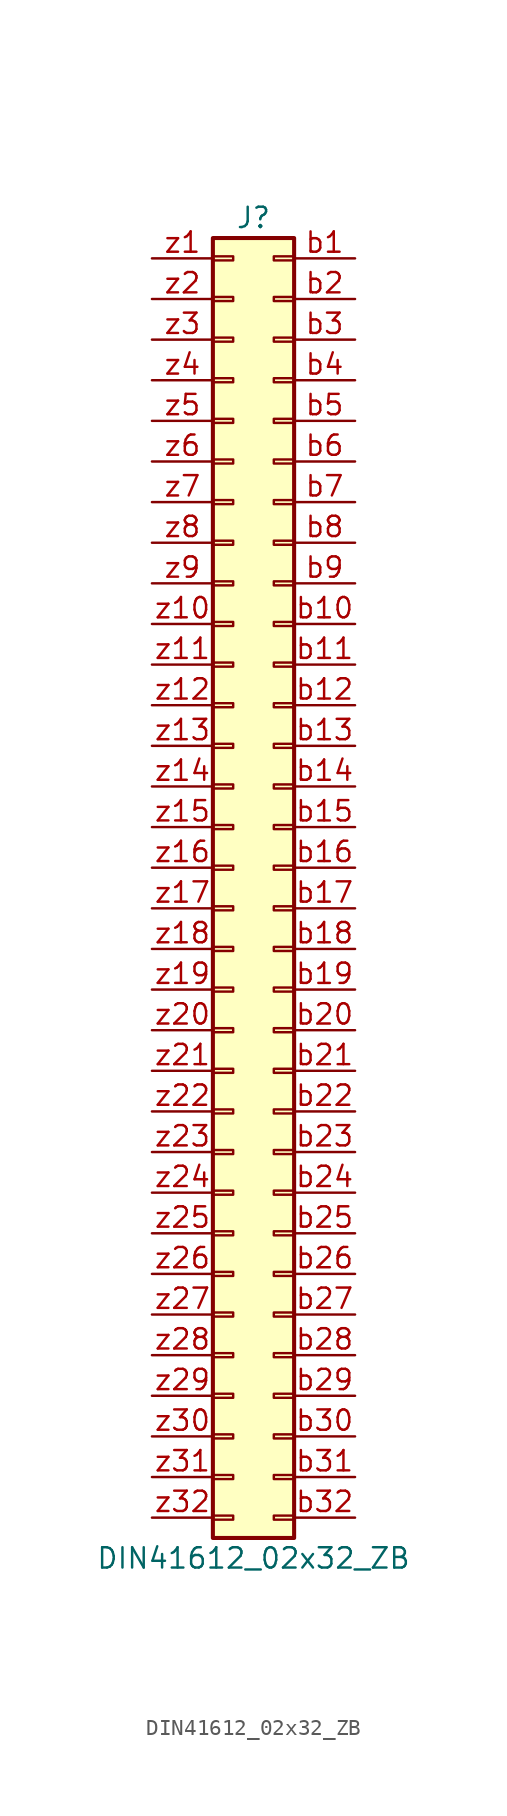
<source format=kicad_sym>
(kicad_symbol_lib
  (version 20211014)
  (generator kicad_symbol_editor)
  (symbol "DIN41612_02x32_ZB"
    (pin_names
      (offset 1.016) hide)
    (property "Reference" "J"
      (at 1.27 40.64 0)
      (effects (font (size 1.27 1.27))))
    (property "Value" "DIN41612_02x32_ZB"
      (at 1.27 -43.18 0)
      (effects (font (size 1.27 1.27))))
    (symbol "DIN41612_02x32_ZB_1_1"
      (rectangle (start -1.27 -40.513) (end 0 -40.767) (stroke (width 0.152) (type default) (color 0 0 0 0)) (fill (type none)))
      (rectangle (start -1.27 -37.973) (end 0 -38.227) (stroke (width 0.152) (type default) (color 0 0 0 0)) (fill (type none)))
      (rectangle (start -1.27 -35.433) (end 0 -35.687) (stroke (width 0.152) (type default) (color 0 0 0 0)) (fill (type none)))
      (rectangle (start -1.27 -32.893) (end 0 -33.147) (stroke (width 0.152) (type default) (color 0 0 0 0)) (fill (type none)))
      (rectangle (start -1.27 -30.353) (end 0 -30.607) (stroke (width 0.152) (type default) (color 0 0 0 0)) (fill (type none)))
      (rectangle (start -1.27 -27.813) (end 0 -28.067) (stroke (width 0.152) (type default) (color 0 0 0 0)) (fill (type none)))
      (rectangle (start -1.27 -25.273) (end 0 -25.527) (stroke (width 0.152) (type default) (color 0 0 0 0)) (fill (type none)))
      (rectangle (start -1.27 -22.733) (end 0 -22.987) (stroke (width 0.152) (type default) (color 0 0 0 0)) (fill (type none)))
      (rectangle (start -1.27 -20.193) (end 0 -20.447) (stroke (width 0.152) (type default) (color 0 0 0 0)) (fill (type none)))
      (rectangle (start -1.27 -17.653) (end 0 -17.907) (stroke (width 0.152) (type default) (color 0 0 0 0)) (fill (type none)))
      (rectangle (start -1.27 -15.113) (end 0 -15.367) (stroke (width 0.152) (type default) (color 0 0 0 0)) (fill (type none)))
      (rectangle (start -1.27 -12.573) (end 0 -12.827) (stroke (width 0.152) (type default) (color 0 0 0 0)) (fill (type none)))
      (rectangle (start -1.27 -10.033) (end 0 -10.287) (stroke (width 0.152) (type default) (color 0 0 0 0)) (fill (type none)))
      (rectangle (start -1.27 -7.493) (end 0 -7.747) (stroke (width 0.152) (type default) (color 0 0 0 0)) (fill (type none)))
      (rectangle (start -1.27 -4.953) (end 0 -5.207) (stroke (width 0.152) (type default) (color 0 0 0 0)) (fill (type none)))
      (rectangle (start -1.27 -2.413) (end 0 -2.667) (stroke (width 0.152) (type default) (color 0 0 0 0)) (fill (type none)))
      (rectangle (start -1.27 0.127) (end 0 -0.127) (stroke (width 0.152) (type default) (color 0 0 0 0)) (fill (type none)))
      (rectangle (start -1.27 2.667) (end 0 2.413) (stroke (width 0.152) (type default) (color 0 0 0 0)) (fill (type none)))
      (rectangle (start -1.27 5.207) (end 0 4.953) (stroke (width 0.152) (type default) (color 0 0 0 0)) (fill (type none)))
      (rectangle (start -1.27 7.747) (end 0 7.493) (stroke (width 0.152) (type default) (color 0 0 0 0)) (fill (type none)))
      (rectangle (start -1.27 10.287) (end 0 10.033) (stroke (width 0.152) (type default) (color 0 0 0 0)) (fill (type none)))
      (rectangle (start -1.27 12.827) (end 0 12.573) (stroke (width 0.152) (type default) (color 0 0 0 0)) (fill (type none)))
      (rectangle (start -1.27 15.367) (end 0 15.113) (stroke (width 0.152) (type default) (color 0 0 0 0)) (fill (type none)))
      (rectangle (start -1.27 17.907) (end 0 17.653) (stroke (width 0.152) (type default) (color 0 0 0 0)) (fill (type none)))
      (rectangle (start -1.27 20.447) (end 0 20.193) (stroke (width 0.152) (type default) (color 0 0 0 0)) (fill (type none)))
      (rectangle (start -1.27 22.987) (end 0 22.733) (stroke (width 0.152) (type default) (color 0 0 0 0)) (fill (type none)))
      (rectangle (start -1.27 25.527) (end 0 25.273) (stroke (width 0.152) (type default) (color 0 0 0 0)) (fill (type none)))
      (rectangle (start -1.27 28.067) (end 0 27.813) (stroke (width 0.152) (type default) (color 0 0 0 0)) (fill (type none)))
      (rectangle (start -1.27 30.607) (end 0 30.353) (stroke (width 0.152) (type default) (color 0 0 0 0)) (fill (type none)))
      (rectangle (start -1.27 33.147) (end 0 32.893) (stroke (width 0.152) (type default) (color 0 0 0 0)) (fill (type none)))
      (rectangle (start -1.27 35.687) (end 0 35.433) (stroke (width 0.152) (type default) (color 0 0 0 0)) (fill (type none)))
      (rectangle (start -1.27 38.227) (end 0 37.973) (stroke (width 0.152) (type default) (color 0 0 0 0)) (fill (type none)))
      (rectangle (start -1.27 39.37) (end 3.81 -41.91) (stroke (width 0.254) (type default) (color 0 0 0 0)) (fill (type background)))
      (rectangle (start 3.81 -40.513) (end 2.54 -40.767) (stroke (width 0.152) (type default) (color 0 0 0 0)) (fill (type none)))
      (rectangle (start 3.81 -37.973) (end 2.54 -38.227) (stroke (width 0.152) (type default) (color 0 0 0 0)) (fill (type none)))
      (rectangle (start 3.81 -35.433) (end 2.54 -35.687) (stroke (width 0.152) (type default) (color 0 0 0 0)) (fill (type none)))
      (rectangle (start 3.81 -32.893) (end 2.54 -33.147) (stroke (width 0.152) (type default) (color 0 0 0 0)) (fill (type none)))
      (rectangle (start 3.81 -30.353) (end 2.54 -30.607) (stroke (width 0.152) (type default) (color 0 0 0 0)) (fill (type none)))
      (rectangle (start 3.81 -27.813) (end 2.54 -28.067) (stroke (width 0.152) (type default) (color 0 0 0 0)) (fill (type none)))
      (rectangle (start 3.81 -25.273) (end 2.54 -25.527) (stroke (width 0.152) (type default) (color 0 0 0 0)) (fill (type none)))
      (rectangle (start 3.81 -22.733) (end 2.54 -22.987) (stroke (width 0.152) (type default) (color 0 0 0 0)) (fill (type none)))
      (rectangle (start 3.81 -20.193) (end 2.54 -20.447) (stroke (width 0.152) (type default) (color 0 0 0 0)) (fill (type none)))
      (rectangle (start 3.81 -17.653) (end 2.54 -17.907) (stroke (width 0.152) (type default) (color 0 0 0 0)) (fill (type none)))
      (rectangle (start 3.81 -15.113) (end 2.54 -15.367) (stroke (width 0.152) (type default) (color 0 0 0 0)) (fill (type none)))
      (rectangle (start 3.81 -12.573) (end 2.54 -12.827) (stroke (width 0.152) (type default) (color 0 0 0 0)) (fill (type none)))
      (rectangle (start 3.81 -10.033) (end 2.54 -10.287) (stroke (width 0.152) (type default) (color 0 0 0 0)) (fill (type none)))
      (rectangle (start 3.81 -7.493) (end 2.54 -7.747) (stroke (width 0.152) (type default) (color 0 0 0 0)) (fill (type none)))
      (rectangle (start 3.81 -4.953) (end 2.54 -5.207) (stroke (width 0.152) (type default) (color 0 0 0 0)) (fill (type none)))
      (rectangle (start 3.81 -2.413) (end 2.54 -2.667) (stroke (width 0.152) (type default) (color 0 0 0 0)) (fill (type none)))
      (rectangle (start 3.81 0.127) (end 2.54 -0.127) (stroke (width 0.152) (type default) (color 0 0 0 0)) (fill (type none)))
      (rectangle (start 3.81 2.667) (end 2.54 2.413) (stroke (width 0.152) (type default) (color 0 0 0 0)) (fill (type none)))
      (rectangle (start 3.81 5.207) (end 2.54 4.953) (stroke (width 0.152) (type default) (color 0 0 0 0)) (fill (type none)))
      (rectangle (start 3.81 7.747) (end 2.54 7.493) (stroke (width 0.152) (type default) (color 0 0 0 0)) (fill (type none)))
      (rectangle (start 3.81 10.287) (end 2.54 10.033) (stroke (width 0.152) (type default) (color 0 0 0 0)) (fill (type none)))
      (rectangle (start 3.81 12.827) (end 2.54 12.573) (stroke (width 0.152) (type default) (color 0 0 0 0)) (fill (type none)))
      (rectangle (start 3.81 15.367) (end 2.54 15.113) (stroke (width 0.152) (type default) (color 0 0 0 0)) (fill (type none)))
      (rectangle (start 3.81 17.907) (end 2.54 17.653) (stroke (width 0.152) (type default) (color 0 0 0 0)) (fill (type none)))
      (rectangle (start 3.81 20.447) (end 2.54 20.193) (stroke (width 0.152) (type default) (color 0 0 0 0)) (fill (type none)))
      (rectangle (start 3.81 22.987) (end 2.54 22.733) (stroke (width 0.152) (type default) (color 0 0 0 0)) (fill (type none)))
      (rectangle (start 3.81 25.527) (end 2.54 25.273) (stroke (width 0.152) (type default) (color 0 0 0 0)) (fill (type none)))
      (rectangle (start 3.81 28.067) (end 2.54 27.813) (stroke (width 0.152) (type default) (color 0 0 0 0)) (fill (type none)))
      (rectangle (start 3.81 30.607) (end 2.54 30.353) (stroke (width 0.152) (type default) (color 0 0 0 0)) (fill (type none)))
      (rectangle (start 3.81 33.147) (end 2.54 32.893) (stroke (width 0.152) (type default) (color 0 0 0 0)) (fill (type none)))
      (rectangle (start 3.81 35.687) (end 2.54 35.433) (stroke (width 0.152) (type default) (color 0 0 0 0)) (fill (type none)))
      (rectangle (start 3.81 38.227) (end 2.54 37.973) (stroke (width 0.152) (type default) (color 0 0 0 0)) (fill (type none)))
      (pin passive line (at 7.62 38.1 180) (length 3.81) (name "Pin_b1" (effects (font (size 1.27 1.27)))) (number "b1" (effects (font (size 1.27 1.27)))))
      (pin passive line (at 7.62 15.24 180) (length 3.81) (name "Pin_b10" (effects (font (size 1.27 1.27)))) (number "b10" (effects (font (size 1.27 1.27)))))
      (pin passive line (at 7.62 12.7 180) (length 3.81) (name "Pin_b11" (effects (font (size 1.27 1.27)))) (number "b11" (effects (font (size 1.27 1.27)))))
      (pin passive line (at 7.62 10.16 180) (length 3.81) (name "Pin_b12" (effects (font (size 1.27 1.27)))) (number "b12" (effects (font (size 1.27 1.27)))))
      (pin passive line (at 7.62 7.62 180) (length 3.81) (name "Pin_b13" (effects (font (size 1.27 1.27)))) (number "b13" (effects (font (size 1.27 1.27)))))
      (pin passive line (at 7.62 5.08 180) (length 3.81) (name "Pin_b14" (effects (font (size 1.27 1.27)))) (number "b14" (effects (font (size 1.27 1.27)))))
      (pin passive line (at 7.62 2.54 180) (length 3.81) (name "Pin_b15" (effects (font (size 1.27 1.27)))) (number "b15" (effects (font (size 1.27 1.27)))))
      (pin passive line (at 7.62 0 180) (length 3.81) (name "Pin_b16" (effects (font (size 1.27 1.27)))) (number "b16" (effects (font (size 1.27 1.27)))))
      (pin passive line (at 7.62 -2.54 180) (length 3.81) (name "Pin_b17" (effects (font (size 1.27 1.27)))) (number "b17" (effects (font (size 1.27 1.27)))))
      (pin passive line (at 7.62 -5.08 180) (length 3.81) (name "Pin_b18" (effects (font (size 1.27 1.27)))) (number "b18" (effects (font (size 1.27 1.27)))))
      (pin passive line (at 7.62 -7.62 180) (length 3.81) (name "Pin_b19" (effects (font (size 1.27 1.27)))) (number "b19" (effects (font (size 1.27 1.27)))))
      (pin passive line (at 7.62 35.56 180) (length 3.81) (name "Pin_b2" (effects (font (size 1.27 1.27)))) (number "b2" (effects (font (size 1.27 1.27)))))
      (pin passive line (at 7.62 -10.16 180) (length 3.81) (name "Pin_b20" (effects (font (size 1.27 1.27)))) (number "b20" (effects (font (size 1.27 1.27)))))
      (pin passive line (at 7.62 -12.7 180) (length 3.81) (name "Pin_b21" (effects (font (size 1.27 1.27)))) (number "b21" (effects (font (size 1.27 1.27)))))
      (pin passive line (at 7.62 -15.24 180) (length 3.81) (name "Pin_b22" (effects (font (size 1.27 1.27)))) (number "b22" (effects (font (size 1.27 1.27)))))
      (pin passive line (at 7.62 -17.78 180) (length 3.81) (name "Pin_b23" (effects (font (size 1.27 1.27)))) (number "b23" (effects (font (size 1.27 1.27)))))
      (pin passive line (at 7.62 -20.32 180) (length 3.81) (name "Pin_b24" (effects (font (size 1.27 1.27)))) (number "b24" (effects (font (size 1.27 1.27)))))
      (pin passive line (at 7.62 -22.86 180) (length 3.81) (name "Pin_b25" (effects (font (size 1.27 1.27)))) (number "b25" (effects (font (size 1.27 1.27)))))
      (pin passive line (at 7.62 -25.4 180) (length 3.81) (name "Pin_b26" (effects (font (size 1.27 1.27)))) (number "b26" (effects (font (size 1.27 1.27)))))
      (pin passive line (at 7.62 -27.94 180) (length 3.81) (name "Pin_b27" (effects (font (size 1.27 1.27)))) (number "b27" (effects (font (size 1.27 1.27)))))
      (pin passive line (at 7.62 -30.48 180) (length 3.81) (name "Pin_b28" (effects (font (size 1.27 1.27)))) (number "b28" (effects (font (size 1.27 1.27)))))
      (pin passive line (at 7.62 -33.02 180) (length 3.81) (name "Pin_b29" (effects (font (size 1.27 1.27)))) (number "b29" (effects (font (size 1.27 1.27)))))
      (pin passive line (at 7.62 33.02 180) (length 3.81) (name "Pin_b3" (effects (font (size 1.27 1.27)))) (number "b3" (effects (font (size 1.27 1.27)))))
      (pin passive line (at 7.62 -35.56 180) (length 3.81) (name "Pin_b30" (effects (font (size 1.27 1.27)))) (number "b30" (effects (font (size 1.27 1.27)))))
      (pin passive line (at 7.62 -38.1 180) (length 3.81) (name "Pin_b31" (effects (font (size 1.27 1.27)))) (number "b31" (effects (font (size 1.27 1.27)))))
      (pin passive line (at 7.62 -40.64 180) (length 3.81) (name "Pin_b32" (effects (font (size 1.27 1.27)))) (number "b32" (effects (font (size 1.27 1.27)))))
      (pin passive line (at 7.62 30.48 180) (length 3.81) (name "Pin_b4" (effects (font (size 1.27 1.27)))) (number "b4" (effects (font (size 1.27 1.27)))))
      (pin passive line (at 7.62 27.94 180) (length 3.81) (name "Pin_b5" (effects (font (size 1.27 1.27)))) (number "b5" (effects (font (size 1.27 1.27)))))
      (pin passive line (at 7.62 25.4 180) (length 3.81) (name "Pin_b6" (effects (font (size 1.27 1.27)))) (number "b6" (effects (font (size 1.27 1.27)))))
      (pin passive line (at 7.62 22.86 180) (length 3.81) (name "Pin_b7" (effects (font (size 1.27 1.27)))) (number "b7" (effects (font (size 1.27 1.27)))))
      (pin passive line (at 7.62 20.32 180) (length 3.81) (name "Pin_b8" (effects (font (size 1.27 1.27)))) (number "b8" (effects (font (size 1.27 1.27)))))
      (pin passive line (at 7.62 17.78 180) (length 3.81) (name "Pin_b9" (effects (font (size 1.27 1.27)))) (number "b9" (effects (font (size 1.27 1.27)))))
      (pin passive line (at -5.08 38.1 0) (length 3.81) (name "Pin_z1" (effects (font (size 1.27 1.27)))) (number "z1" (effects (font (size 1.27 1.27)))))
      (pin passive line (at -5.08 15.24 0) (length 3.81) (name "Pin_z10" (effects (font (size 1.27 1.27)))) (number "z10" (effects (font (size 1.27 1.27)))))
      (pin passive line (at -5.08 12.7 0) (length 3.81) (name "Pin_z11" (effects (font (size 1.27 1.27)))) (number "z11" (effects (font (size 1.27 1.27)))))
      (pin passive line (at -5.08 10.16 0) (length 3.81) (name "Pin_z12" (effects (font (size 1.27 1.27)))) (number "z12" (effects (font (size 1.27 1.27)))))
      (pin passive line (at -5.08 7.62 0) (length 3.81) (name "Pin_z13" (effects (font (size 1.27 1.27)))) (number "z13" (effects (font (size 1.27 1.27)))))
      (pin passive line (at -5.08 5.08 0) (length 3.81) (name "Pin_z14" (effects (font (size 1.27 1.27)))) (number "z14" (effects (font (size 1.27 1.27)))))
      (pin passive line (at -5.08 2.54 0) (length 3.81) (name "Pin_z15" (effects (font (size 1.27 1.27)))) (number "z15" (effects (font (size 1.27 1.27)))))
      (pin passive line (at -5.08 0 0) (length 3.81) (name "Pin_z16" (effects (font (size 1.27 1.27)))) (number "z16" (effects (font (size 1.27 1.27)))))
      (pin passive line (at -5.08 -2.54 0) (length 3.81) (name "Pin_z17" (effects (font (size 1.27 1.27)))) (number "z17" (effects (font (size 1.27 1.27)))))
      (pin passive line (at -5.08 -5.08 0) (length 3.81) (name "Pin_z18" (effects (font (size 1.27 1.27)))) (number "z18" (effects (font (size 1.27 1.27)))))
      (pin passive line (at -5.08 -7.62 0) (length 3.81) (name "Pin_z19" (effects (font (size 1.27 1.27)))) (number "z19" (effects (font (size 1.27 1.27)))))
      (pin passive line (at -5.08 35.56 0) (length 3.81) (name "Pin_z2" (effects (font (size 1.27 1.27)))) (number "z2" (effects (font (size 1.27 1.27)))))
      (pin passive line (at -5.08 -10.16 0) (length 3.81) (name "Pin_z20" (effects (font (size 1.27 1.27)))) (number "z20" (effects (font (size 1.27 1.27)))))
      (pin passive line (at -5.08 -12.7 0) (length 3.81) (name "Pin_z21" (effects (font (size 1.27 1.27)))) (number "z21" (effects (font (size 1.27 1.27)))))
      (pin passive line (at -5.08 -15.24 0) (length 3.81) (name "Pin_z22" (effects (font (size 1.27 1.27)))) (number "z22" (effects (font (size 1.27 1.27)))))
      (pin passive line (at -5.08 -17.78 0) (length 3.81) (name "Pin_z23" (effects (font (size 1.27 1.27)))) (number "z23" (effects (font (size 1.27 1.27)))))
      (pin passive line (at -5.08 -20.32 0) (length 3.81) (name "Pin_z24" (effects (font (size 1.27 1.27)))) (number "z24" (effects (font (size 1.27 1.27)))))
      (pin passive line (at -5.08 -22.86 0) (length 3.81) (name "Pin_z25" (effects (font (size 1.27 1.27)))) (number "z25" (effects (font (size 1.27 1.27)))))
      (pin passive line (at -5.08 -25.4 0) (length 3.81) (name "Pin_z26" (effects (font (size 1.27 1.27)))) (number "z26" (effects (font (size 1.27 1.27)))))
      (pin passive line (at -5.08 -27.94 0) (length 3.81) (name "Pin_z27" (effects (font (size 1.27 1.27)))) (number "z27" (effects (font (size 1.27 1.27)))))
      (pin passive line (at -5.08 -30.48 0) (length 3.81) (name "Pin_z28" (effects (font (size 1.27 1.27)))) (number "z28" (effects (font (size 1.27 1.27)))))
      (pin passive line (at -5.08 -33.02 0) (length 3.81) (name "Pin_z29" (effects (font (size 1.27 1.27)))) (number "z29" (effects (font (size 1.27 1.27)))))
      (pin passive line (at -5.08 33.02 0) (length 3.81) (name "Pin_z3" (effects (font (size 1.27 1.27)))) (number "z3" (effects (font (size 1.27 1.27)))))
      (pin passive line (at -5.08 -35.56 0) (length 3.81) (name "Pin_z30" (effects (font (size 1.27 1.27)))) (number "z30" (effects (font (size 1.27 1.27)))))
      (pin passive line (at -5.08 -38.1 0) (length 3.81) (name "Pin_z31" (effects (font (size 1.27 1.27)))) (number "z31" (effects (font (size 1.27 1.27)))))
      (pin passive line (at -5.08 -40.64 0) (length 3.81) (name "Pin_z32" (effects (font (size 1.27 1.27)))) (number "z32" (effects (font (size 1.27 1.27)))))
      (pin passive line (at -5.08 30.48 0) (length 3.81) (name "Pin_z4" (effects (font (size 1.27 1.27)))) (number "z4" (effects (font (size 1.27 1.27)))))
      (pin passive line (at -5.08 27.94 0) (length 3.81) (name "Pin_z5" (effects (font (size 1.27 1.27)))) (number "z5" (effects (font (size 1.27 1.27)))))
      (pin passive line (at -5.08 25.4 0) (length 3.81) (name "Pin_z6" (effects (font (size 1.27 1.27)))) (number "z6" (effects (font (size 1.27 1.27)))))
      (pin passive line (at -5.08 22.86 0) (length 3.81) (name "Pin_z7" (effects (font (size 1.27 1.27)))) (number "z7" (effects (font (size 1.27 1.27)))))
      (pin passive line (at -5.08 20.32 0) (length 3.81) (name "Pin_z8" (effects (font (size 1.27 1.27)))) (number "z8" (effects (font (size 1.27 1.27)))))
      (pin passive line (at -5.08 17.78 0) (length 3.81) (name "Pin_z9" (effects (font (size 1.27 1.27)))) (number "z9" (effects (font (size 1.27 1.27))))))))
</source>
